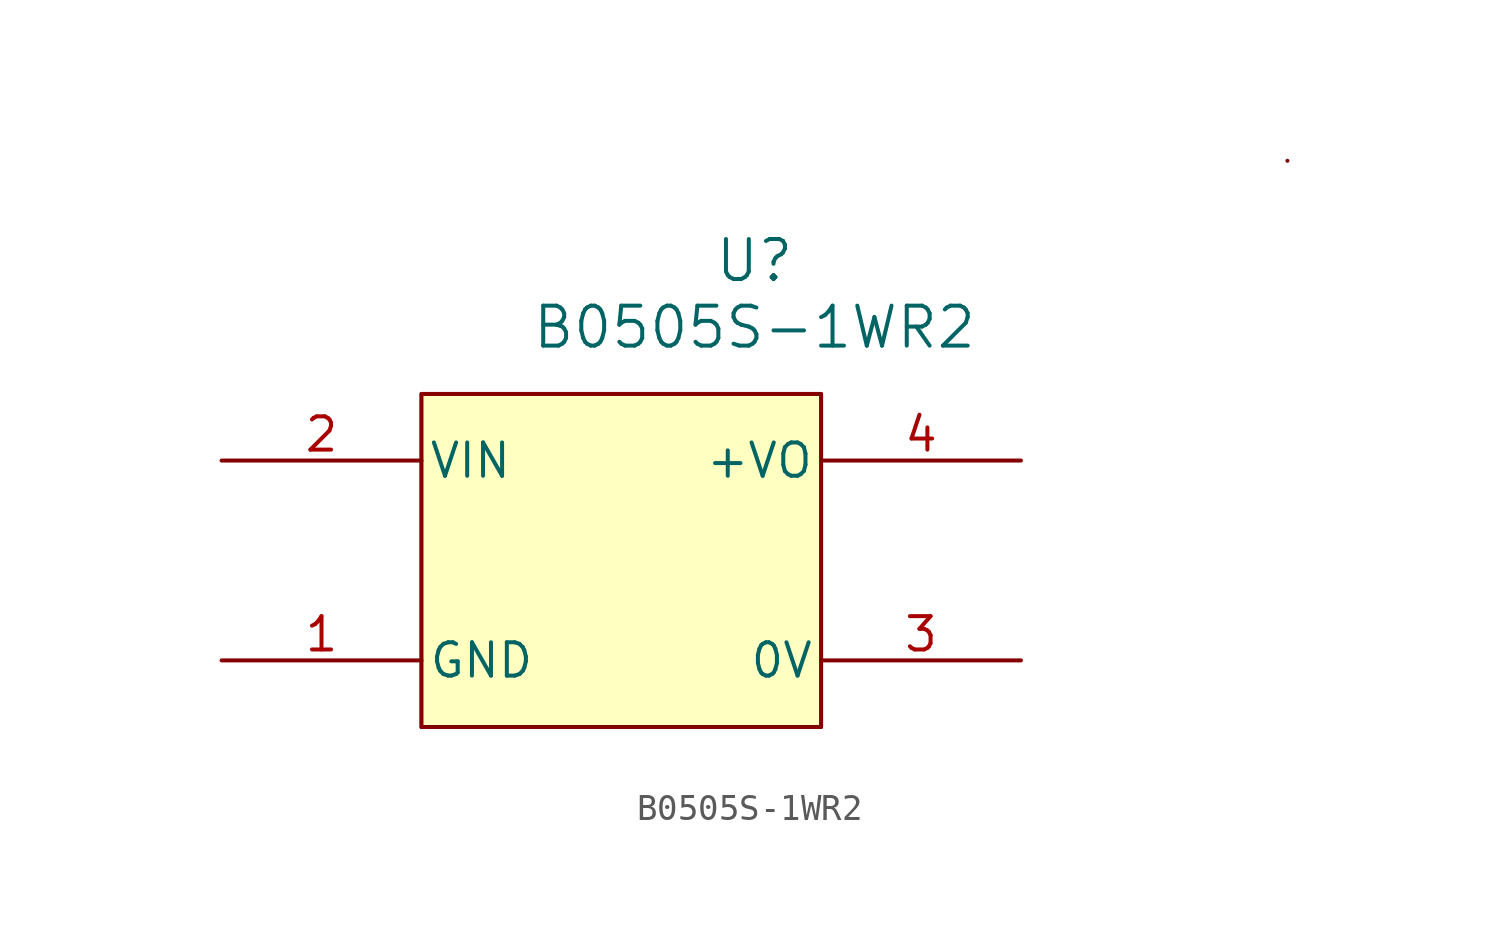
<source format=kicad_sym>
(kicad_symbol_lib
  (version 20220914)
  (generator kicad_symbol_editor)
  (symbol "B0505S-1WR2"
    (pin_names
      (offset 0.254))
    (property "Reference" "U"
      (at 20.32 12.7 0)
      (effects (font (size 1.524 1.524))))
    (property "Value" "B0505S-1WR2"
      (at 20.32 10.16 0)
      (effects (font (size 1.524 1.524))))
    (property "ki_locked" ""
      (at 0 0 0)
      (effects (font (size 1.27 1.27))))
    (symbol "B0505S-1WR2_0_1"
      (polyline (pts (xy 7.62 -5.08) (xy 22.86 -5.08)) (stroke (width 0.127) (type default)) (fill (type none)))
      (polyline (pts (xy 7.62 7.62) (xy 7.62 -5.08)) (stroke (width 0.127) (type default)) (fill (type none)))
      (pin unspecified line (at 30.48 -2.54 180) (length 7.62) (name "0V" (effects (font (size 1.27 1.27)))) (number "3" (effects (font (size 1.27 1.27))))))
    (symbol "B0505S-1WR2_1_1"
      (polyline (pts (xy 22.86 -5.08) (xy 22.86 7.62)) (stroke (width 0.127) (type default)) (fill (type none)))
      (polyline (pts (xy 22.86 7.62) (xy 7.62 7.62)) (stroke (width 0.127) (type default)) (fill (type background)))
      (rectangle (start 7.62 7.62) (end 22.86 -5.08) (stroke (width 0) (type default)) (fill (type background)))
      (rectangle (start 40.64 16.51) (end 40.64 16.51) (stroke (width 0) (type default)) (fill (type none)))
      (pin unspecified line (at 0 -2.54 0) (length 7.62) (name "GND" (effects (font (size 1.27 1.27)))) (number "1" (effects (font (size 1.27 1.27)))))
      (pin unspecified line (at 0 5.08 0) (length 7.62) (name "VIN" (effects (font (size 1.27 1.27)))) (number "2" (effects (font (size 1.27 1.27)))))
      (pin unspecified line (at 30.48 5.08 180) (length 7.62) (name "+VO" (effects (font (size 1.27 1.27)))) (number "4" (effects (font (size 1.27 1.27))))))))
</source>
